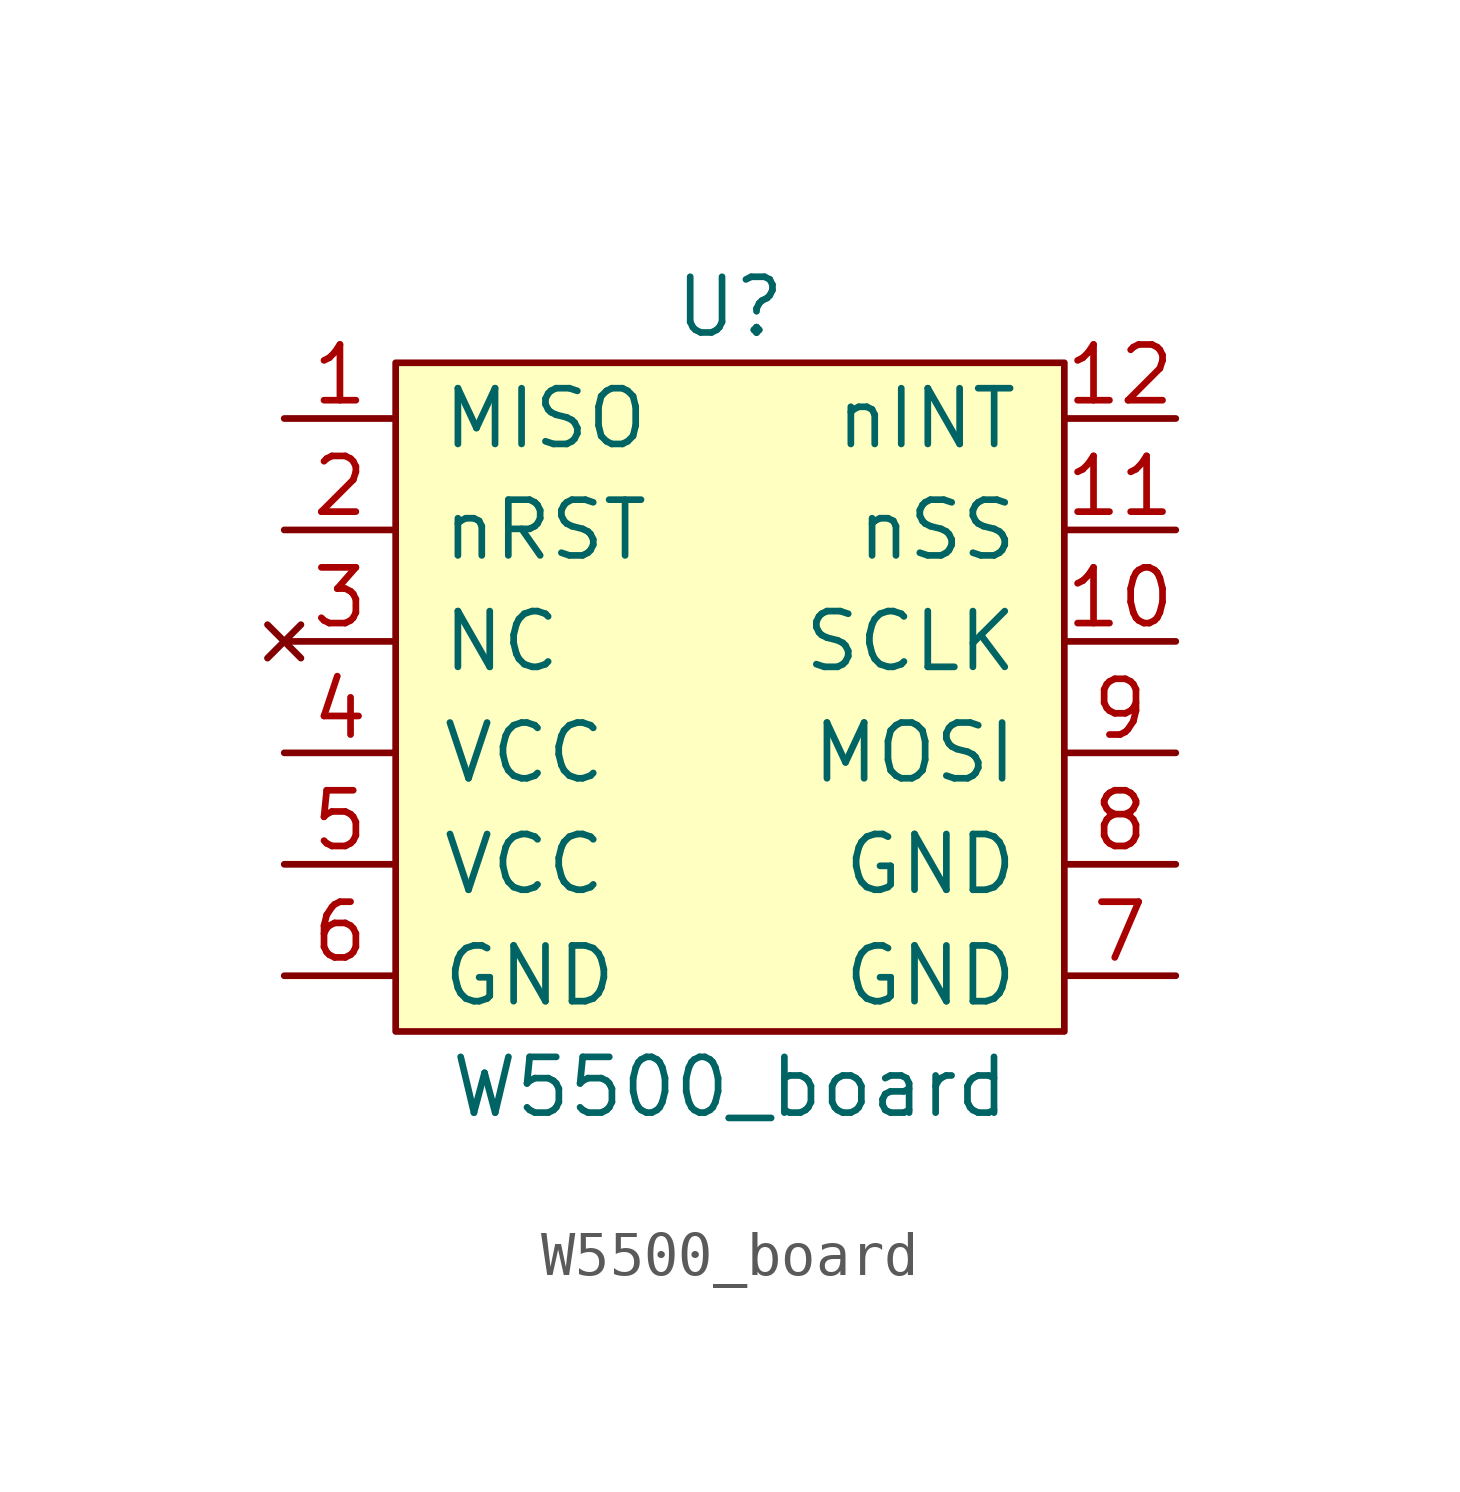
<source format=kicad_sym>
(kicad_symbol_lib
  (version 20211014)
  (generator kicad_symbol_editor)
  (symbol "W5500_board"
    (pin_names
      (offset 1.016))
    (property "Reference" "U"
      (at 0 7.62 0)
      (effects (font (size 1.27 1.27))))
    (property "Value" "W5500_board"
      (at 0 -10.16 0)
      (effects (font (size 1.27 1.27))))
    (symbol "W5500_board_0_1"
      (rectangle (start -7.62 6.35) (end 7.62 -8.89) (stroke (width 0) (type default) (color 0 0 0 0)) (fill (type background))))
    (symbol "W5500_board_1_1"
      (pin output line (at -10.16 5.08 0) (length 2.54) (name "MISO" (effects (font (size 1.27 1.27)))) (number "1" (effects (font (size 1.27 1.27)))))
      (pin input line (at 10.16 0 180) (length 2.54) (name "SCLK" (effects (font (size 1.27 1.27)))) (number "10" (effects (font (size 1.27 1.27)))))
      (pin input line (at 10.16 2.54 180) (length 2.54) (name "nSS" (effects (font (size 1.27 1.27)))) (number "11" (effects (font (size 1.27 1.27)))))
      (pin input line (at 10.16 5.08 180) (length 2.54) (name "nINT" (effects (font (size 1.27 1.27)))) (number "12" (effects (font (size 1.27 1.27)))))
      (pin input line (at -10.16 2.54 0) (length 2.54) (name "nRST" (effects (font (size 1.27 1.27)))) (number "2" (effects (font (size 1.27 1.27)))))
      (pin no_connect line (at -10.16 0 0) (length 2.54) (name "NC" (effects (font (size 1.27 1.27)))) (number "3" (effects (font (size 1.27 1.27)))))
      (pin power_in line (at -10.16 -2.54 0) (length 2.54) (name "VCC" (effects (font (size 1.27 1.27)))) (number "4" (effects (font (size 1.27 1.27)))))
      (pin power_in line (at -10.16 -5.08 0) (length 2.54) (name "VCC" (effects (font (size 1.27 1.27)))) (number "5" (effects (font (size 1.27 1.27)))))
      (pin power_in line (at -10.16 -7.62 0) (length 2.54) (name "GND" (effects (font (size 1.27 1.27)))) (number "6" (effects (font (size 1.27 1.27)))))
      (pin power_in line (at 10.16 -7.62 180) (length 2.54) (name "GND" (effects (font (size 1.27 1.27)))) (number "7" (effects (font (size 1.27 1.27)))))
      (pin power_in line (at 10.16 -5.08 180) (length 2.54) (name "GND" (effects (font (size 1.27 1.27)))) (number "8" (effects (font (size 1.27 1.27)))))
      (pin input line (at 10.16 -2.54 180) (length 2.54) (name "MOSI" (effects (font (size 1.27 1.27)))) (number "9" (effects (font (size 1.27 1.27))))))))
</source>
